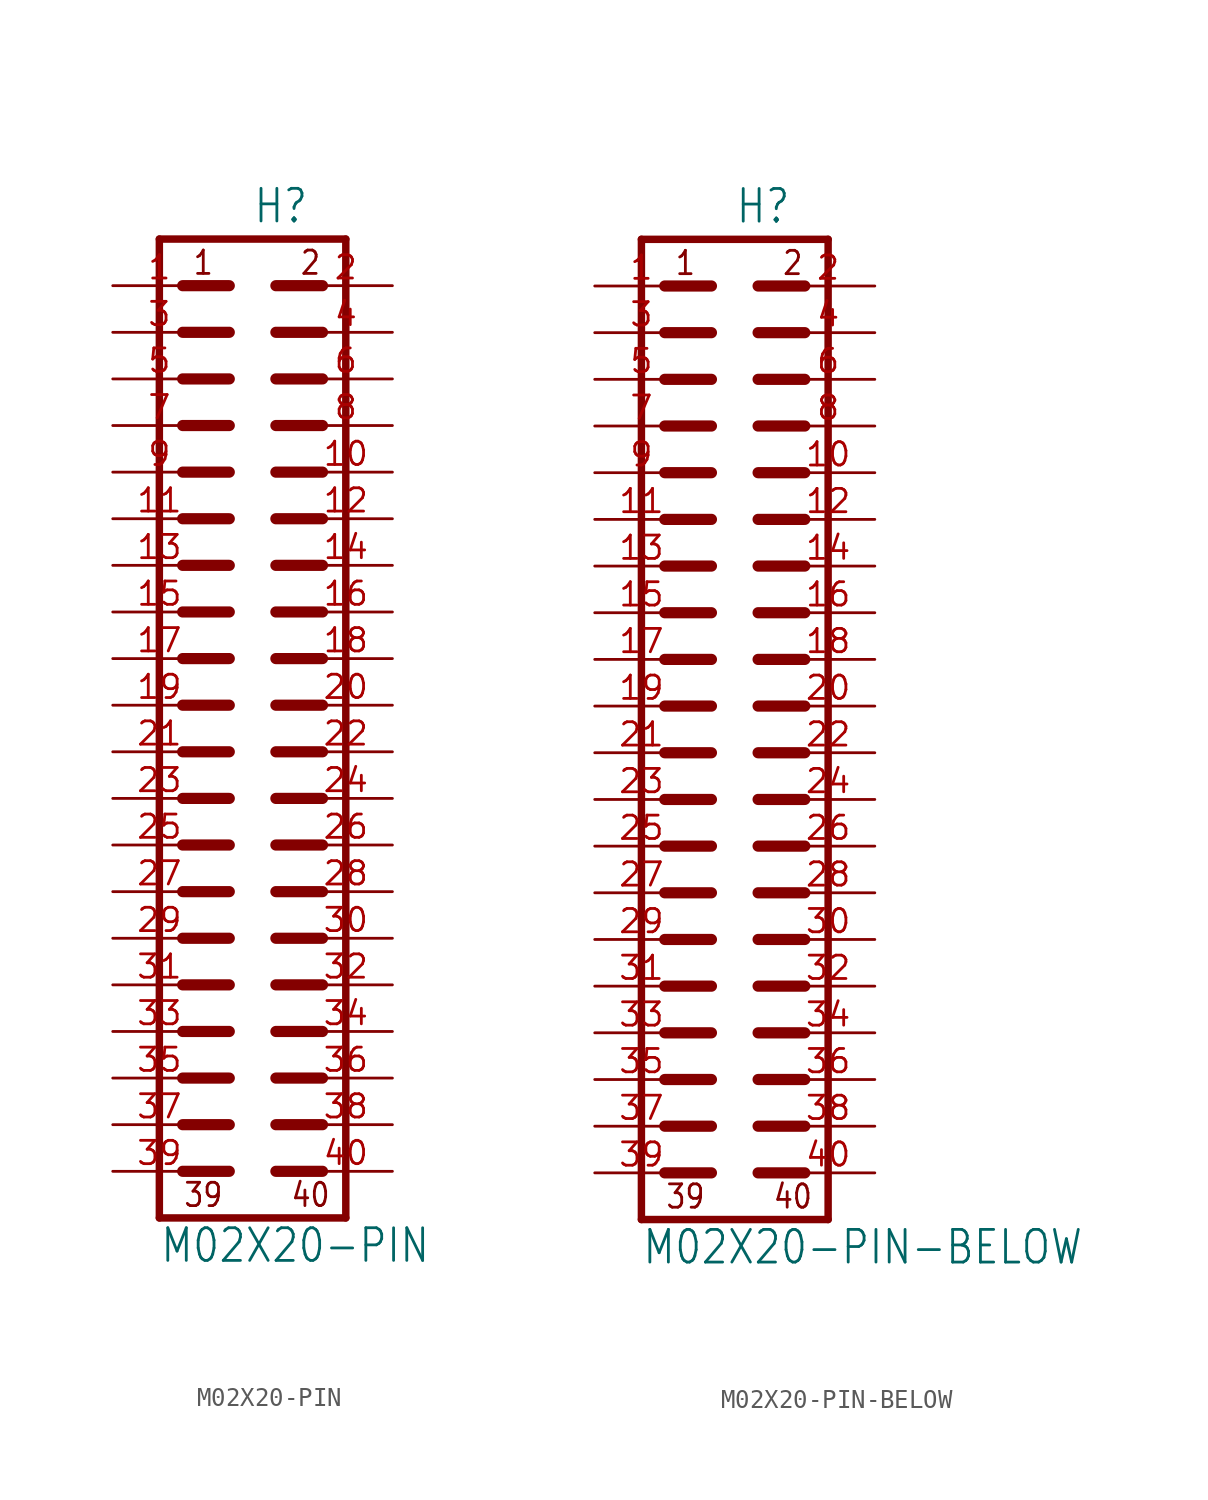
<source format=kicad_sym>
(kicad_symbol_lib
  (version 20211014)
  (generator kicad_symbol_editor)
  (symbol "M02X20-PIN"
    (property "Reference" "H"
      (at 0 26.162 0)
      (effects (font (size 1.778 1.511)) (justify left bottom)))
    (property "Value" "M02X20-PIN"
      (at -5.08 -30.48 0)
      (effects (font (size 1.778 1.511)) (justify left bottom)))
    (property "ki_locked" ""
      (at 0 0 0)
      (effects (font (size 1.27 1.27))))
    (symbol "M02X20-PIN_1_0"
      (polyline (pts (xy -5.08 -27.94) (xy -5.08 25.4)) (stroke (width 0.406) (type default) (color 0 0 0 0)) (fill (type none)))
      (polyline (pts (xy -5.08 25.4) (xy 5.08 25.4)) (stroke (width 0.406) (type default) (color 0 0 0 0)) (fill (type none)))
      (polyline (pts (xy -3.81 -25.4) (xy -1.27 -25.4)) (stroke (width 0.61) (type default) (color 0 0 0 0)) (fill (type none)))
      (polyline (pts (xy -3.81 -22.86) (xy -1.27 -22.86)) (stroke (width 0.61) (type default) (color 0 0 0 0)) (fill (type none)))
      (polyline (pts (xy -3.81 -20.32) (xy -1.27 -20.32)) (stroke (width 0.61) (type default) (color 0 0 0 0)) (fill (type none)))
      (polyline (pts (xy -3.81 -17.78) (xy -1.27 -17.78)) (stroke (width 0.61) (type default) (color 0 0 0 0)) (fill (type none)))
      (polyline (pts (xy -3.81 -15.24) (xy -1.27 -15.24)) (stroke (width 0.61) (type default) (color 0 0 0 0)) (fill (type none)))
      (polyline (pts (xy -3.81 -12.7) (xy -1.27 -12.7)) (stroke (width 0.61) (type default) (color 0 0 0 0)) (fill (type none)))
      (polyline (pts (xy -3.81 -10.16) (xy -1.27 -10.16)) (stroke (width 0.61) (type default) (color 0 0 0 0)) (fill (type none)))
      (polyline (pts (xy -3.81 -7.62) (xy -1.27 -7.62)) (stroke (width 0.61) (type default) (color 0 0 0 0)) (fill (type none)))
      (polyline (pts (xy -3.81 -5.08) (xy -1.27 -5.08)) (stroke (width 0.61) (type default) (color 0 0 0 0)) (fill (type none)))
      (polyline (pts (xy -3.81 -2.54) (xy -1.27 -2.54)) (stroke (width 0.61) (type default) (color 0 0 0 0)) (fill (type none)))
      (polyline (pts (xy -3.81 0) (xy -1.27 0)) (stroke (width 0.61) (type default) (color 0 0 0 0)) (fill (type none)))
      (polyline (pts (xy -3.81 2.54) (xy -1.27 2.54)) (stroke (width 0.61) (type default) (color 0 0 0 0)) (fill (type none)))
      (polyline (pts (xy -3.81 5.08) (xy -1.27 5.08)) (stroke (width 0.61) (type default) (color 0 0 0 0)) (fill (type none)))
      (polyline (pts (xy -3.81 7.62) (xy -1.27 7.62)) (stroke (width 0.61) (type default) (color 0 0 0 0)) (fill (type none)))
      (polyline (pts (xy -3.81 10.16) (xy -1.27 10.16)) (stroke (width 0.61) (type default) (color 0 0 0 0)) (fill (type none)))
      (polyline (pts (xy -3.81 12.7) (xy -1.27 12.7)) (stroke (width 0.61) (type default) (color 0 0 0 0)) (fill (type none)))
      (polyline (pts (xy -3.81 15.24) (xy -1.27 15.24)) (stroke (width 0.61) (type default) (color 0 0 0 0)) (fill (type none)))
      (polyline (pts (xy -3.81 17.78) (xy -1.27 17.78)) (stroke (width 0.61) (type default) (color 0 0 0 0)) (fill (type none)))
      (polyline (pts (xy -3.81 20.32) (xy -1.27 20.32)) (stroke (width 0.61) (type default) (color 0 0 0 0)) (fill (type none)))
      (polyline (pts (xy -3.81 22.86) (xy -1.27 22.86)) (stroke (width 0.61) (type default) (color 0 0 0 0)) (fill (type none)))
      (polyline (pts (xy 1.27 -25.4) (xy 3.81 -25.4)) (stroke (width 0.61) (type default) (color 0 0 0 0)) (fill (type none)))
      (polyline (pts (xy 1.27 -22.86) (xy 3.81 -22.86)) (stroke (width 0.61) (type default) (color 0 0 0 0)) (fill (type none)))
      (polyline (pts (xy 1.27 -20.32) (xy 3.81 -20.32)) (stroke (width 0.61) (type default) (color 0 0 0 0)) (fill (type none)))
      (polyline (pts (xy 1.27 -17.78) (xy 3.81 -17.78)) (stroke (width 0.61) (type default) (color 0 0 0 0)) (fill (type none)))
      (polyline (pts (xy 1.27 -15.24) (xy 3.81 -15.24)) (stroke (width 0.61) (type default) (color 0 0 0 0)) (fill (type none)))
      (polyline (pts (xy 1.27 -12.7) (xy 3.81 -12.7)) (stroke (width 0.61) (type default) (color 0 0 0 0)) (fill (type none)))
      (polyline (pts (xy 1.27 -10.16) (xy 3.81 -10.16)) (stroke (width 0.61) (type default) (color 0 0 0 0)) (fill (type none)))
      (polyline (pts (xy 1.27 -7.62) (xy 3.81 -7.62)) (stroke (width 0.61) (type default) (color 0 0 0 0)) (fill (type none)))
      (polyline (pts (xy 1.27 -5.08) (xy 3.81 -5.08)) (stroke (width 0.61) (type default) (color 0 0 0 0)) (fill (type none)))
      (polyline (pts (xy 1.27 -2.54) (xy 3.81 -2.54)) (stroke (width 0.61) (type default) (color 0 0 0 0)) (fill (type none)))
      (polyline (pts (xy 1.27 0) (xy 3.81 0)) (stroke (width 0.61) (type default) (color 0 0 0 0)) (fill (type none)))
      (polyline (pts (xy 1.27 2.54) (xy 3.81 2.54)) (stroke (width 0.61) (type default) (color 0 0 0 0)) (fill (type none)))
      (polyline (pts (xy 1.27 5.08) (xy 3.81 5.08)) (stroke (width 0.61) (type default) (color 0 0 0 0)) (fill (type none)))
      (polyline (pts (xy 1.27 7.62) (xy 3.81 7.62)) (stroke (width 0.61) (type default) (color 0 0 0 0)) (fill (type none)))
      (polyline (pts (xy 1.27 10.16) (xy 3.81 10.16)) (stroke (width 0.61) (type default) (color 0 0 0 0)) (fill (type none)))
      (polyline (pts (xy 1.27 12.7) (xy 3.81 12.7)) (stroke (width 0.61) (type default) (color 0 0 0 0)) (fill (type none)))
      (polyline (pts (xy 1.27 15.24) (xy 3.81 15.24)) (stroke (width 0.61) (type default) (color 0 0 0 0)) (fill (type none)))
      (polyline (pts (xy 1.27 17.78) (xy 3.81 17.78)) (stroke (width 0.61) (type default) (color 0 0 0 0)) (fill (type none)))
      (polyline (pts (xy 1.27 20.32) (xy 3.81 20.32)) (stroke (width 0.61) (type default) (color 0 0 0 0)) (fill (type none)))
      (polyline (pts (xy 1.27 22.86) (xy 3.81 22.86)) (stroke (width 0.61) (type default) (color 0 0 0 0)) (fill (type none)))
      (polyline (pts (xy 5.08 -27.94) (xy -5.08 -27.94)) (stroke (width 0.406) (type default) (color 0 0 0 0)) (fill (type none)))
      (polyline (pts (xy 5.08 -27.94) (xy 5.08 25.4)) (stroke (width 0.406) (type default) (color 0 0 0 0)) (fill (type none)))
      (text "1" (at -3.302 23.368 0) (effects (font (size 1.27 1.079)) (justify left bottom)))
      (text "2" (at 2.54 23.368 0) (effects (font (size 1.27 1.079)) (justify left bottom)))
      (text "39" (at -3.81 -27.432 0) (effects (font (size 1.27 1.079)) (justify left bottom)))
      (text "40" (at 2.032 -27.432 0) (effects (font (size 1.27 1.079)) (justify left bottom)))
      (pin passive line (at -7.62 22.86 0) (length 5.08) (name "1" (effects (font (size 0 0)))) (number "1" (effects (font (size 1.27 1.27)))))
      (pin passive line (at 7.62 12.7 180) (length 5.08) (name "10" (effects (font (size 0 0)))) (number "10" (effects (font (size 1.27 1.27)))))
      (pin passive line (at -7.62 10.16 0) (length 5.08) (name "11" (effects (font (size 0 0)))) (number "11" (effects (font (size 1.27 1.27)))))
      (pin passive line (at 7.62 10.16 180) (length 5.08) (name "12" (effects (font (size 0 0)))) (number "12" (effects (font (size 1.27 1.27)))))
      (pin passive line (at -7.62 7.62 0) (length 5.08) (name "13" (effects (font (size 0 0)))) (number "13" (effects (font (size 1.27 1.27)))))
      (pin passive line (at 7.62 7.62 180) (length 5.08) (name "14" (effects (font (size 0 0)))) (number "14" (effects (font (size 1.27 1.27)))))
      (pin passive line (at -7.62 5.08 0) (length 5.08) (name "15" (effects (font (size 0 0)))) (number "15" (effects (font (size 1.27 1.27)))))
      (pin passive line (at 7.62 5.08 180) (length 5.08) (name "16" (effects (font (size 0 0)))) (number "16" (effects (font (size 1.27 1.27)))))
      (pin passive line (at -7.62 2.54 0) (length 5.08) (name "17" (effects (font (size 0 0)))) (number "17" (effects (font (size 1.27 1.27)))))
      (pin passive line (at 7.62 2.54 180) (length 5.08) (name "18" (effects (font (size 0 0)))) (number "18" (effects (font (size 1.27 1.27)))))
      (pin passive line (at -7.62 0 0) (length 5.08) (name "19" (effects (font (size 0 0)))) (number "19" (effects (font (size 1.27 1.27)))))
      (pin passive line (at 7.62 22.86 180) (length 5.08) (name "2" (effects (font (size 0 0)))) (number "2" (effects (font (size 1.27 1.27)))))
      (pin passive line (at 7.62 0 180) (length 5.08) (name "20" (effects (font (size 0 0)))) (number "20" (effects (font (size 1.27 1.27)))))
      (pin passive line (at -7.62 -2.54 0) (length 5.08) (name "21" (effects (font (size 0 0)))) (number "21" (effects (font (size 1.27 1.27)))))
      (pin passive line (at 7.62 -2.54 180) (length 5.08) (name "22" (effects (font (size 0 0)))) (number "22" (effects (font (size 1.27 1.27)))))
      (pin passive line (at -7.62 -5.08 0) (length 5.08) (name "23" (effects (font (size 0 0)))) (number "23" (effects (font (size 1.27 1.27)))))
      (pin passive line (at 7.62 -5.08 180) (length 5.08) (name "24" (effects (font (size 0 0)))) (number "24" (effects (font (size 1.27 1.27)))))
      (pin passive line (at -7.62 -7.62 0) (length 5.08) (name "25" (effects (font (size 0 0)))) (number "25" (effects (font (size 1.27 1.27)))))
      (pin passive line (at 7.62 -7.62 180) (length 5.08) (name "26" (effects (font (size 0 0)))) (number "26" (effects (font (size 1.27 1.27)))))
      (pin passive line (at -7.62 -10.16 0) (length 5.08) (name "27" (effects (font (size 0 0)))) (number "27" (effects (font (size 1.27 1.27)))))
      (pin passive line (at 7.62 -10.16 180) (length 5.08) (name "28" (effects (font (size 0 0)))) (number "28" (effects (font (size 1.27 1.27)))))
      (pin passive line (at -7.62 -12.7 0) (length 5.08) (name "29" (effects (font (size 0 0)))) (number "29" (effects (font (size 1.27 1.27)))))
      (pin passive line (at -7.62 20.32 0) (length 5.08) (name "3" (effects (font (size 0 0)))) (number "3" (effects (font (size 1.27 1.27)))))
      (pin passive line (at 7.62 -12.7 180) (length 5.08) (name "30" (effects (font (size 0 0)))) (number "30" (effects (font (size 1.27 1.27)))))
      (pin passive line (at -7.62 -15.24 0) (length 5.08) (name "31" (effects (font (size 0 0)))) (number "31" (effects (font (size 1.27 1.27)))))
      (pin passive line (at 7.62 -15.24 180) (length 5.08) (name "32" (effects (font (size 0 0)))) (number "32" (effects (font (size 1.27 1.27)))))
      (pin passive line (at -7.62 -17.78 0) (length 5.08) (name "33" (effects (font (size 0 0)))) (number "33" (effects (font (size 1.27 1.27)))))
      (pin passive line (at 7.62 -17.78 180) (length 5.08) (name "34" (effects (font (size 0 0)))) (number "34" (effects (font (size 1.27 1.27)))))
      (pin passive line (at -7.62 -20.32 0) (length 5.08) (name "35" (effects (font (size 0 0)))) (number "35" (effects (font (size 1.27 1.27)))))
      (pin passive line (at 7.62 -20.32 180) (length 5.08) (name "36" (effects (font (size 0 0)))) (number "36" (effects (font (size 1.27 1.27)))))
      (pin passive line (at -7.62 -22.86 0) (length 5.08) (name "37" (effects (font (size 0 0)))) (number "37" (effects (font (size 1.27 1.27)))))
      (pin passive line (at 7.62 -22.86 180) (length 5.08) (name "38" (effects (font (size 0 0)))) (number "38" (effects (font (size 1.27 1.27)))))
      (pin passive line (at -7.62 -25.4 0) (length 5.08) (name "39" (effects (font (size 0 0)))) (number "39" (effects (font (size 1.27 1.27)))))
      (pin passive line (at 7.62 20.32 180) (length 5.08) (name "4" (effects (font (size 0 0)))) (number "4" (effects (font (size 1.27 1.27)))))
      (pin passive line (at 7.62 -25.4 180) (length 5.08) (name "40" (effects (font (size 0 0)))) (number "40" (effects (font (size 1.27 1.27)))))
      (pin passive line (at -7.62 17.78 0) (length 5.08) (name "5" (effects (font (size 0 0)))) (number "5" (effects (font (size 1.27 1.27)))))
      (pin passive line (at 7.62 17.78 180) (length 5.08) (name "6" (effects (font (size 0 0)))) (number "6" (effects (font (size 1.27 1.27)))))
      (pin passive line (at -7.62 15.24 0) (length 5.08) (name "7" (effects (font (size 0 0)))) (number "7" (effects (font (size 1.27 1.27)))))
      (pin passive line (at 7.62 15.24 180) (length 5.08) (name "8" (effects (font (size 0 0)))) (number "8" (effects (font (size 1.27 1.27)))))
      (pin passive line (at -7.62 12.7 0) (length 5.08) (name "9" (effects (font (size 0 0)))) (number "9" (effects (font (size 1.27 1.27)))))))
  (symbol "M02X20-PIN-BELOW"
    (property "Reference" "H"
      (at 0 26.162 0)
      (effects (font (size 1.778 1.511)) (justify left bottom)))
    (property "Value" "M02X20-PIN-BELOW"
      (at -5.08 -30.48 0)
      (effects (font (size 1.778 1.511)) (justify left bottom)))
    (property "ki_locked" ""
      (at 0 0 0)
      (effects (font (size 1.27 1.27))))
    (symbol "M02X20-PIN-BELOW_1_0"
      (polyline (pts (xy -5.08 -27.94) (xy -5.08 25.4)) (stroke (width 0.406) (type default) (color 0 0 0 0)) (fill (type none)))
      (polyline (pts (xy -5.08 25.4) (xy 5.08 25.4)) (stroke (width 0.406) (type default) (color 0 0 0 0)) (fill (type none)))
      (polyline (pts (xy -3.81 -25.4) (xy -1.27 -25.4)) (stroke (width 0.61) (type default) (color 0 0 0 0)) (fill (type none)))
      (polyline (pts (xy -3.81 -22.86) (xy -1.27 -22.86)) (stroke (width 0.61) (type default) (color 0 0 0 0)) (fill (type none)))
      (polyline (pts (xy -3.81 -20.32) (xy -1.27 -20.32)) (stroke (width 0.61) (type default) (color 0 0 0 0)) (fill (type none)))
      (polyline (pts (xy -3.81 -17.78) (xy -1.27 -17.78)) (stroke (width 0.61) (type default) (color 0 0 0 0)) (fill (type none)))
      (polyline (pts (xy -3.81 -15.24) (xy -1.27 -15.24)) (stroke (width 0.61) (type default) (color 0 0 0 0)) (fill (type none)))
      (polyline (pts (xy -3.81 -12.7) (xy -1.27 -12.7)) (stroke (width 0.61) (type default) (color 0 0 0 0)) (fill (type none)))
      (polyline (pts (xy -3.81 -10.16) (xy -1.27 -10.16)) (stroke (width 0.61) (type default) (color 0 0 0 0)) (fill (type none)))
      (polyline (pts (xy -3.81 -7.62) (xy -1.27 -7.62)) (stroke (width 0.61) (type default) (color 0 0 0 0)) (fill (type none)))
      (polyline (pts (xy -3.81 -5.08) (xy -1.27 -5.08)) (stroke (width 0.61) (type default) (color 0 0 0 0)) (fill (type none)))
      (polyline (pts (xy -3.81 -2.54) (xy -1.27 -2.54)) (stroke (width 0.61) (type default) (color 0 0 0 0)) (fill (type none)))
      (polyline (pts (xy -3.81 0) (xy -1.27 0)) (stroke (width 0.61) (type default) (color 0 0 0 0)) (fill (type none)))
      (polyline (pts (xy -3.81 2.54) (xy -1.27 2.54)) (stroke (width 0.61) (type default) (color 0 0 0 0)) (fill (type none)))
      (polyline (pts (xy -3.81 5.08) (xy -1.27 5.08)) (stroke (width 0.61) (type default) (color 0 0 0 0)) (fill (type none)))
      (polyline (pts (xy -3.81 7.62) (xy -1.27 7.62)) (stroke (width 0.61) (type default) (color 0 0 0 0)) (fill (type none)))
      (polyline (pts (xy -3.81 10.16) (xy -1.27 10.16)) (stroke (width 0.61) (type default) (color 0 0 0 0)) (fill (type none)))
      (polyline (pts (xy -3.81 12.7) (xy -1.27 12.7)) (stroke (width 0.61) (type default) (color 0 0 0 0)) (fill (type none)))
      (polyline (pts (xy -3.81 15.24) (xy -1.27 15.24)) (stroke (width 0.61) (type default) (color 0 0 0 0)) (fill (type none)))
      (polyline (pts (xy -3.81 17.78) (xy -1.27 17.78)) (stroke (width 0.61) (type default) (color 0 0 0 0)) (fill (type none)))
      (polyline (pts (xy -3.81 20.32) (xy -1.27 20.32)) (stroke (width 0.61) (type default) (color 0 0 0 0)) (fill (type none)))
      (polyline (pts (xy -3.81 22.86) (xy -1.27 22.86)) (stroke (width 0.61) (type default) (color 0 0 0 0)) (fill (type none)))
      (polyline (pts (xy 1.27 -25.4) (xy 3.81 -25.4)) (stroke (width 0.61) (type default) (color 0 0 0 0)) (fill (type none)))
      (polyline (pts (xy 1.27 -22.86) (xy 3.81 -22.86)) (stroke (width 0.61) (type default) (color 0 0 0 0)) (fill (type none)))
      (polyline (pts (xy 1.27 -20.32) (xy 3.81 -20.32)) (stroke (width 0.61) (type default) (color 0 0 0 0)) (fill (type none)))
      (polyline (pts (xy 1.27 -17.78) (xy 3.81 -17.78)) (stroke (width 0.61) (type default) (color 0 0 0 0)) (fill (type none)))
      (polyline (pts (xy 1.27 -15.24) (xy 3.81 -15.24)) (stroke (width 0.61) (type default) (color 0 0 0 0)) (fill (type none)))
      (polyline (pts (xy 1.27 -12.7) (xy 3.81 -12.7)) (stroke (width 0.61) (type default) (color 0 0 0 0)) (fill (type none)))
      (polyline (pts (xy 1.27 -10.16) (xy 3.81 -10.16)) (stroke (width 0.61) (type default) (color 0 0 0 0)) (fill (type none)))
      (polyline (pts (xy 1.27 -7.62) (xy 3.81 -7.62)) (stroke (width 0.61) (type default) (color 0 0 0 0)) (fill (type none)))
      (polyline (pts (xy 1.27 -5.08) (xy 3.81 -5.08)) (stroke (width 0.61) (type default) (color 0 0 0 0)) (fill (type none)))
      (polyline (pts (xy 1.27 -2.54) (xy 3.81 -2.54)) (stroke (width 0.61) (type default) (color 0 0 0 0)) (fill (type none)))
      (polyline (pts (xy 1.27 0) (xy 3.81 0)) (stroke (width 0.61) (type default) (color 0 0 0 0)) (fill (type none)))
      (polyline (pts (xy 1.27 2.54) (xy 3.81 2.54)) (stroke (width 0.61) (type default) (color 0 0 0 0)) (fill (type none)))
      (polyline (pts (xy 1.27 5.08) (xy 3.81 5.08)) (stroke (width 0.61) (type default) (color 0 0 0 0)) (fill (type none)))
      (polyline (pts (xy 1.27 7.62) (xy 3.81 7.62)) (stroke (width 0.61) (type default) (color 0 0 0 0)) (fill (type none)))
      (polyline (pts (xy 1.27 10.16) (xy 3.81 10.16)) (stroke (width 0.61) (type default) (color 0 0 0 0)) (fill (type none)))
      (polyline (pts (xy 1.27 12.7) (xy 3.81 12.7)) (stroke (width 0.61) (type default) (color 0 0 0 0)) (fill (type none)))
      (polyline (pts (xy 1.27 15.24) (xy 3.81 15.24)) (stroke (width 0.61) (type default) (color 0 0 0 0)) (fill (type none)))
      (polyline (pts (xy 1.27 17.78) (xy 3.81 17.78)) (stroke (width 0.61) (type default) (color 0 0 0 0)) (fill (type none)))
      (polyline (pts (xy 1.27 20.32) (xy 3.81 20.32)) (stroke (width 0.61) (type default) (color 0 0 0 0)) (fill (type none)))
      (polyline (pts (xy 1.27 22.86) (xy 3.81 22.86)) (stroke (width 0.61) (type default) (color 0 0 0 0)) (fill (type none)))
      (polyline (pts (xy 5.08 -27.94) (xy -5.08 -27.94)) (stroke (width 0.406) (type default) (color 0 0 0 0)) (fill (type none)))
      (polyline (pts (xy 5.08 -27.94) (xy 5.08 25.4)) (stroke (width 0.406) (type default) (color 0 0 0 0)) (fill (type none)))
      (text "1" (at -3.302 23.368 0) (effects (font (size 1.27 1.079)) (justify left bottom)))
      (text "2" (at 2.54 23.368 0) (effects (font (size 1.27 1.079)) (justify left bottom)))
      (text "39" (at -3.81 -27.432 0) (effects (font (size 1.27 1.079)) (justify left bottom)))
      (text "40" (at 2.032 -27.432 0) (effects (font (size 1.27 1.079)) (justify left bottom)))
      (pin passive line (at -7.62 22.86 0) (length 5.08) (name "1" (effects (font (size 0 0)))) (number "1" (effects (font (size 1.27 1.27)))))
      (pin passive line (at 7.62 12.7 180) (length 5.08) (name "10" (effects (font (size 0 0)))) (number "10" (effects (font (size 1.27 1.27)))))
      (pin passive line (at -7.62 10.16 0) (length 5.08) (name "11" (effects (font (size 0 0)))) (number "11" (effects (font (size 1.27 1.27)))))
      (pin passive line (at 7.62 10.16 180) (length 5.08) (name "12" (effects (font (size 0 0)))) (number "12" (effects (font (size 1.27 1.27)))))
      (pin passive line (at -7.62 7.62 0) (length 5.08) (name "13" (effects (font (size 0 0)))) (number "13" (effects (font (size 1.27 1.27)))))
      (pin passive line (at 7.62 7.62 180) (length 5.08) (name "14" (effects (font (size 0 0)))) (number "14" (effects (font (size 1.27 1.27)))))
      (pin passive line (at -7.62 5.08 0) (length 5.08) (name "15" (effects (font (size 0 0)))) (number "15" (effects (font (size 1.27 1.27)))))
      (pin passive line (at 7.62 5.08 180) (length 5.08) (name "16" (effects (font (size 0 0)))) (number "16" (effects (font (size 1.27 1.27)))))
      (pin passive line (at -7.62 2.54 0) (length 5.08) (name "17" (effects (font (size 0 0)))) (number "17" (effects (font (size 1.27 1.27)))))
      (pin passive line (at 7.62 2.54 180) (length 5.08) (name "18" (effects (font (size 0 0)))) (number "18" (effects (font (size 1.27 1.27)))))
      (pin passive line (at -7.62 0 0) (length 5.08) (name "19" (effects (font (size 0 0)))) (number "19" (effects (font (size 1.27 1.27)))))
      (pin passive line (at 7.62 22.86 180) (length 5.08) (name "2" (effects (font (size 0 0)))) (number "2" (effects (font (size 1.27 1.27)))))
      (pin passive line (at 7.62 0 180) (length 5.08) (name "20" (effects (font (size 0 0)))) (number "20" (effects (font (size 1.27 1.27)))))
      (pin passive line (at -7.62 -2.54 0) (length 5.08) (name "21" (effects (font (size 0 0)))) (number "21" (effects (font (size 1.27 1.27)))))
      (pin passive line (at 7.62 -2.54 180) (length 5.08) (name "22" (effects (font (size 0 0)))) (number "22" (effects (font (size 1.27 1.27)))))
      (pin passive line (at -7.62 -5.08 0) (length 5.08) (name "23" (effects (font (size 0 0)))) (number "23" (effects (font (size 1.27 1.27)))))
      (pin passive line (at 7.62 -5.08 180) (length 5.08) (name "24" (effects (font (size 0 0)))) (number "24" (effects (font (size 1.27 1.27)))))
      (pin passive line (at -7.62 -7.62 0) (length 5.08) (name "25" (effects (font (size 0 0)))) (number "25" (effects (font (size 1.27 1.27)))))
      (pin passive line (at 7.62 -7.62 180) (length 5.08) (name "26" (effects (font (size 0 0)))) (number "26" (effects (font (size 1.27 1.27)))))
      (pin passive line (at -7.62 -10.16 0) (length 5.08) (name "27" (effects (font (size 0 0)))) (number "27" (effects (font (size 1.27 1.27)))))
      (pin passive line (at 7.62 -10.16 180) (length 5.08) (name "28" (effects (font (size 0 0)))) (number "28" (effects (font (size 1.27 1.27)))))
      (pin passive line (at -7.62 -12.7 0) (length 5.08) (name "29" (effects (font (size 0 0)))) (number "29" (effects (font (size 1.27 1.27)))))
      (pin passive line (at -7.62 20.32 0) (length 5.08) (name "3" (effects (font (size 0 0)))) (number "3" (effects (font (size 1.27 1.27)))))
      (pin passive line (at 7.62 -12.7 180) (length 5.08) (name "30" (effects (font (size 0 0)))) (number "30" (effects (font (size 1.27 1.27)))))
      (pin passive line (at -7.62 -15.24 0) (length 5.08) (name "31" (effects (font (size 0 0)))) (number "31" (effects (font (size 1.27 1.27)))))
      (pin passive line (at 7.62 -15.24 180) (length 5.08) (name "32" (effects (font (size 0 0)))) (number "32" (effects (font (size 1.27 1.27)))))
      (pin passive line (at -7.62 -17.78 0) (length 5.08) (name "33" (effects (font (size 0 0)))) (number "33" (effects (font (size 1.27 1.27)))))
      (pin passive line (at 7.62 -17.78 180) (length 5.08) (name "34" (effects (font (size 0 0)))) (number "34" (effects (font (size 1.27 1.27)))))
      (pin passive line (at -7.62 -20.32 0) (length 5.08) (name "35" (effects (font (size 0 0)))) (number "35" (effects (font (size 1.27 1.27)))))
      (pin passive line (at 7.62 -20.32 180) (length 5.08) (name "36" (effects (font (size 0 0)))) (number "36" (effects (font (size 1.27 1.27)))))
      (pin passive line (at -7.62 -22.86 0) (length 5.08) (name "37" (effects (font (size 0 0)))) (number "37" (effects (font (size 1.27 1.27)))))
      (pin passive line (at 7.62 -22.86 180) (length 5.08) (name "38" (effects (font (size 0 0)))) (number "38" (effects (font (size 1.27 1.27)))))
      (pin passive line (at -7.62 -25.4 0) (length 5.08) (name "39" (effects (font (size 0 0)))) (number "39" (effects (font (size 1.27 1.27)))))
      (pin passive line (at 7.62 20.32 180) (length 5.08) (name "4" (effects (font (size 0 0)))) (number "4" (effects (font (size 1.27 1.27)))))
      (pin passive line (at 7.62 -25.4 180) (length 5.08) (name "40" (effects (font (size 0 0)))) (number "40" (effects (font (size 1.27 1.27)))))
      (pin passive line (at -7.62 17.78 0) (length 5.08) (name "5" (effects (font (size 0 0)))) (number "5" (effects (font (size 1.27 1.27)))))
      (pin passive line (at 7.62 17.78 180) (length 5.08) (name "6" (effects (font (size 0 0)))) (number "6" (effects (font (size 1.27 1.27)))))
      (pin passive line (at -7.62 15.24 0) (length 5.08) (name "7" (effects (font (size 0 0)))) (number "7" (effects (font (size 1.27 1.27)))))
      (pin passive line (at 7.62 15.24 180) (length 5.08) (name "8" (effects (font (size 0 0)))) (number "8" (effects (font (size 1.27 1.27)))))
      (pin passive line (at -7.62 12.7 0) (length 5.08) (name "9" (effects (font (size 0 0)))) (number "9" (effects (font (size 1.27 1.27))))))))
</source>
